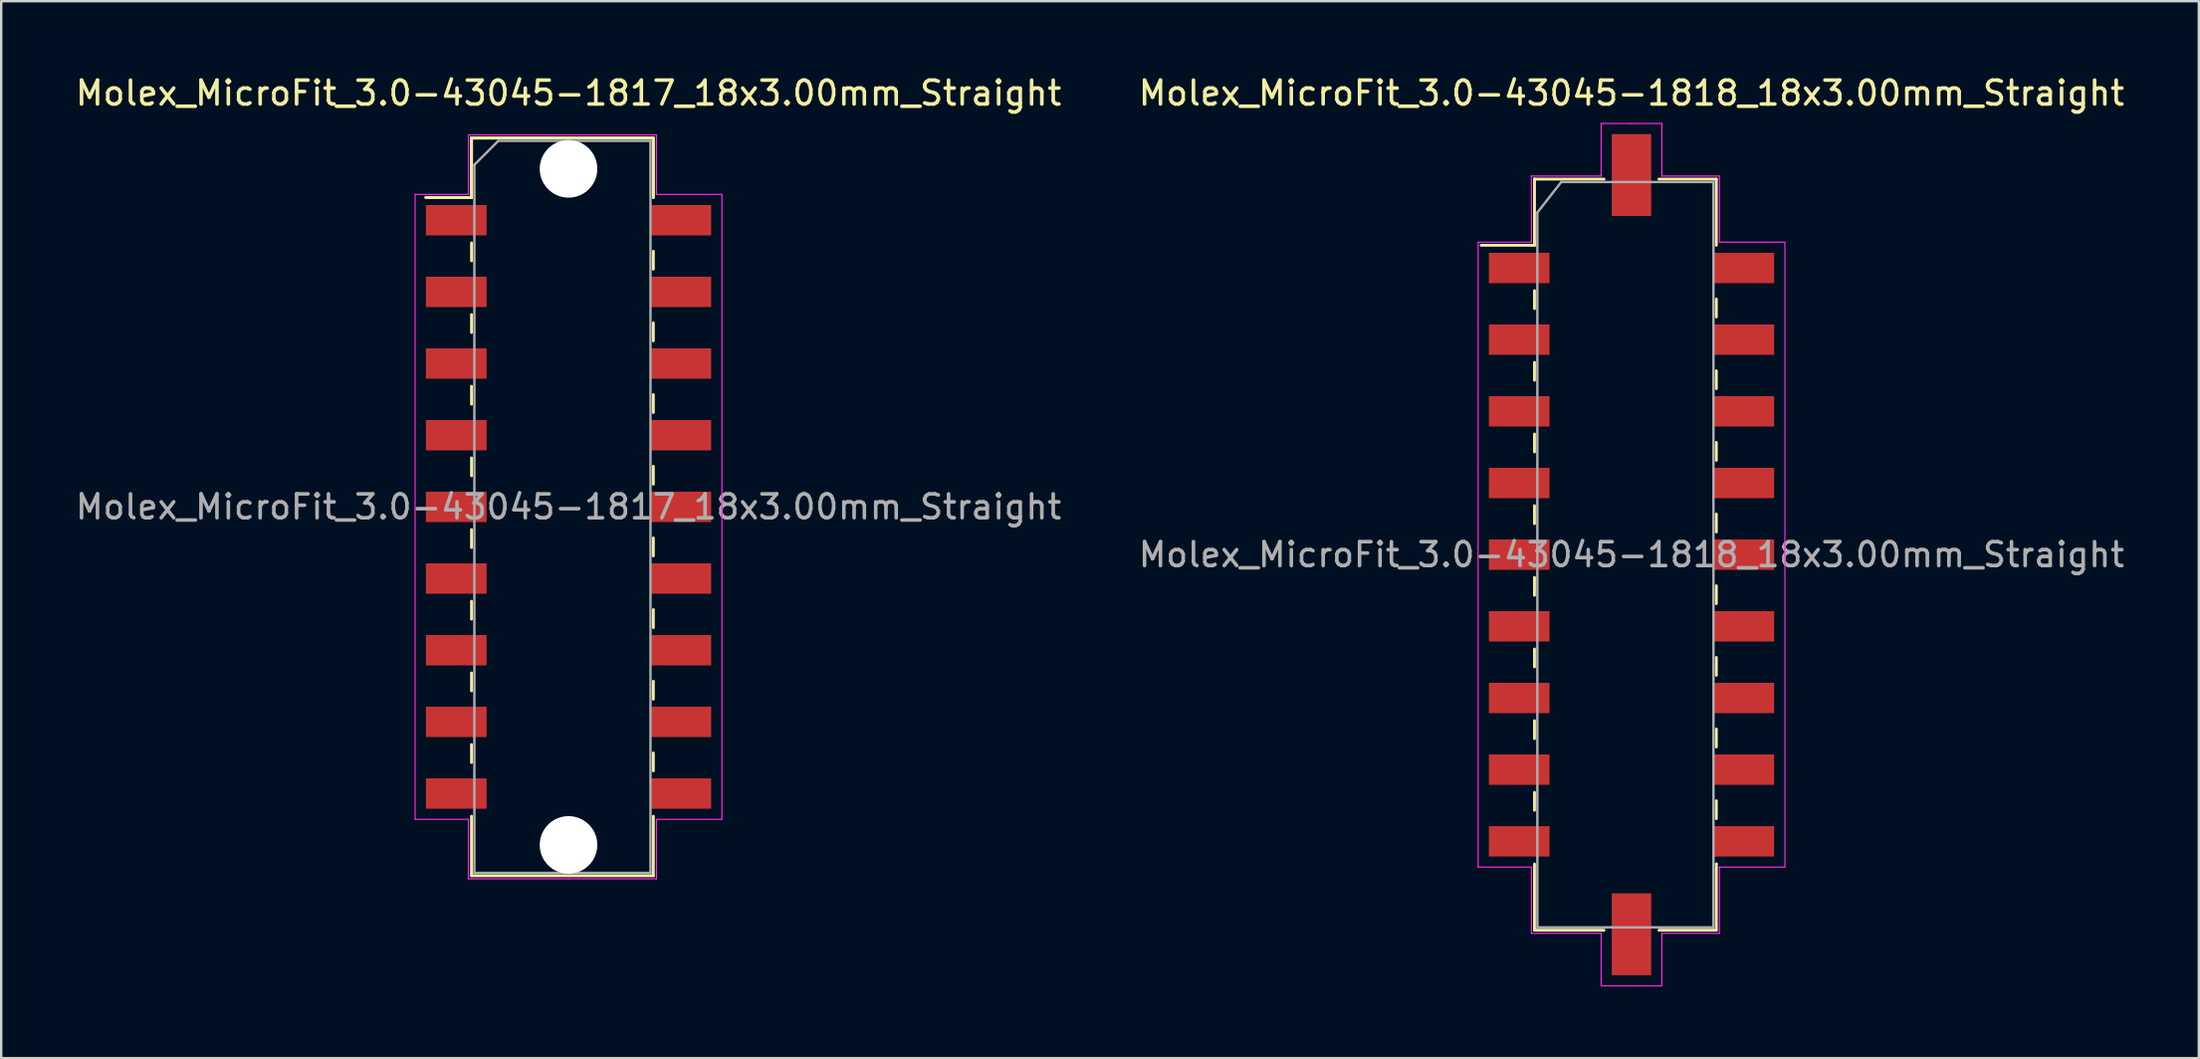
<source format=kicad_pcb>
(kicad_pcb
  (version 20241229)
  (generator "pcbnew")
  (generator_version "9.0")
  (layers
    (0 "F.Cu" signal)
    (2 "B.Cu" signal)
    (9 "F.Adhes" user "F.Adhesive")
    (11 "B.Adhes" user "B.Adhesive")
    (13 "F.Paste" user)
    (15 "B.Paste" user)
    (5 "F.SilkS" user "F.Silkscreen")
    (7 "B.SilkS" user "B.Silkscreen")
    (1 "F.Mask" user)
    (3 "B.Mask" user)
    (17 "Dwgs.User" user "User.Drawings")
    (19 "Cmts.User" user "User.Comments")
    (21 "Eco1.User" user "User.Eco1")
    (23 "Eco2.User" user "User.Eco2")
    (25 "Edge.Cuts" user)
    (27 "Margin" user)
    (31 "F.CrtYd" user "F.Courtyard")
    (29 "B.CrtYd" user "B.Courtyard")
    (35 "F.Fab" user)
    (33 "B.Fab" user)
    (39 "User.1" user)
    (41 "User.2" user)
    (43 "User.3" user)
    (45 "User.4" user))
  (footprint "Molex_MicroFit_3.0-43045-1818_18x3.00mm_Straight"
    (layer "F.Cu")
    (at 65.232 20.168)
    (property "Reference" "Molex_MicroFit_3.0-43045-1818_18x3.00mm_Straight" (at 0 -19.32 0) (layer "F.SilkS") (effects (font (size 1 1) (thickness 0.15))))
    (attr smd)
    (fp_line (start -6.29 -12.95) (end -4.06 -12.95) (stroke (width 0.12) (type solid)) (layer "F.SilkS"))
    (fp_line (start -4.06 -15.72) (end -4.06 -15.72) (stroke (width 0.12) (type solid)) (layer "F.SilkS"))
    (fp_line (start -4.06 -15.72) (end -1.15 -15.72) (stroke (width 0.12) (type solid)) (layer "F.SilkS"))
    (fp_line (start -4.06 -12.95) (end -4.06 -15.72) (stroke (width 0.12) (type solid)) (layer "F.SilkS"))
    (fp_line (start -4.06 -11.05) (end -4.06 -10.3) (stroke (width 0.12) (type solid)) (layer "F.SilkS"))
    (fp_line (start -4.06 -8.05) (end -4.06 -7.3) (stroke (width 0.12) (type solid)) (layer "F.SilkS"))
    (fp_line (start -4.06 -5.05) (end -4.06 -4.3) (stroke (width 0.12) (type solid)) (layer "F.SilkS"))
    (fp_line (start -4.06 -2.05) (end -4.06 -1.3) (stroke (width 0.12) (type solid)) (layer "F.SilkS"))
    (fp_line (start -4.06 0.95) (end -4.06 1.7) (stroke (width 0.12) (type solid)) (layer "F.SilkS"))
    (fp_line (start -4.06 3.95) (end -4.06 4.7) (stroke (width 0.12) (type solid)) (layer "F.SilkS"))
    (fp_line (start -4.06 6.95) (end -4.06 7.7) (stroke (width 0.12) (type solid)) (layer "F.SilkS"))
    (fp_line (start -4.06 9.95) (end -4.06 10.7) (stroke (width 0.12) (type solid)) (layer "F.SilkS"))
    (fp_line (start -4.06 15.72) (end -4.06 12.95) (stroke (width 0.12) (type solid)) (layer "F.SilkS"))
    (fp_line (start -1.15 15.72) (end -4.06 15.72) (stroke (width 0.12) (type solid)) (layer "F.SilkS"))
    (fp_line (start 1.15 -15.72) (end 3.55 -15.72) (stroke (width 0.12) (type solid)) (layer "F.SilkS"))
    (fp_line (start 3.55 -15.72) (end 3.55 -12.95) (stroke (width 0.12) (type solid)) (layer "F.SilkS"))
    (fp_line (start 3.55 -9.95) (end 3.55 -10.7) (stroke (width 0.12) (type solid)) (layer "F.SilkS"))
    (fp_line (start 3.55 -6.95) (end 3.55 -7.7) (stroke (width 0.12) (type solid)) (layer "F.SilkS"))
    (fp_line (start 3.55 -3.95) (end 3.55 -4.7) (stroke (width 0.12) (type solid)) (layer "F.SilkS"))
    (fp_line (start 3.55 -0.95) (end 3.55 -1.7) (stroke (width 0.12) (type solid)) (layer "F.SilkS"))
    (fp_line (start 3.55 2.05) (end 3.55 1.3) (stroke (width 0.12) (type solid)) (layer "F.SilkS"))
    (fp_line (start 3.55 5.05) (end 3.55 4.3) (stroke (width 0.12) (type solid)) (layer "F.SilkS"))
    (fp_line (start 3.55 8.05) (end 3.55 7.3) (stroke (width 0.12) (type solid)) (layer "F.SilkS"))
    (fp_line (start 3.55 11.05) (end 3.55 10.3) (stroke (width 0.12) (type solid)) (layer "F.SilkS"))
    (fp_line (start 3.55 12.95) (end 3.55 12.95) (stroke (width 0.12) (type solid)) (layer "F.SilkS"))
    (fp_line (start 3.55 12.95) (end 3.55 15.72) (stroke (width 0.12) (type solid)) (layer "F.SilkS"))
    (fp_line (start 3.55 15.72) (end 1.15 15.72) (stroke (width 0.12) (type solid)) (layer "F.SilkS"))
    (fp_line (start -6.42 -13.08) (end -4.19 -13.08) (stroke (width 0.05) (type solid)) (layer "F.CrtYd"))
    (fp_line (start -6.42 13.08) (end -6.42 -13.08) (stroke (width 0.05) (type solid)) (layer "F.CrtYd"))
    (fp_line (start -4.19 -15.85) (end -4.19 -15.85) (stroke (width 0.05) (type solid)) (layer "F.CrtYd"))
    (fp_line (start -4.19 -15.85) (end -1.27 -15.85) (stroke (width 0.05) (type solid)) (layer "F.CrtYd"))
    (fp_line (start -4.19 -13.08) (end -4.19 -15.85) (stroke (width 0.05) (type solid)) (layer "F.CrtYd"))
    (fp_line (start -4.19 13.08) (end -6.42 13.08) (stroke (width 0.05) (type solid)) (layer "F.CrtYd"))
    (fp_line (start -4.19 15.85) (end -4.19 13.08) (stroke (width 0.05) (type solid)) (layer "F.CrtYd"))
    (fp_line (start -1.27 -18.05) (end 0 -18.05) (stroke (width 0.05) (type solid)) (layer "F.CrtYd"))
    (fp_line (start -1.27 -15.85) (end -1.27 -18.05) (stroke (width 0.05) (type solid)) (layer "F.CrtYd"))
    (fp_line (start -1.27 15.85) (end -4.19 15.85) (stroke (width 0.05) (type solid)) (layer "F.CrtYd"))
    (fp_line (start -1.27 18.05) (end -1.27 15.85) (stroke (width 0.05) (type solid)) (layer "F.CrtYd"))
    (fp_line (start 0 -18.05) (end 1.27 -18.05) (stroke (width 0.05) (type solid)) (layer "F.CrtYd"))
    (fp_line (start 0 18.05) (end -1.27 18.05) (stroke (width 0.05) (type solid)) (layer "F.CrtYd"))
    (fp_line (start 1.27 -18.05) (end 1.27 -15.85) (stroke (width 0.05) (type solid)) (layer "F.CrtYd"))
    (fp_line (start 1.27 -15.85) (end 3.68 -15.85) (stroke (width 0.05) (type solid)) (layer "F.CrtYd"))
    (fp_line (start 1.27 15.85) (end 1.27 18.05) (stroke (width 0.05) (type solid)) (layer "F.CrtYd"))
    (fp_line (start 1.27 18.05) (end 0 18.05) (stroke (width 0.05) (type solid)) (layer "F.CrtYd"))
    (fp_line (start 3.68 -15.85) (end 3.68 -13.08) (stroke (width 0.05) (type solid)) (layer "F.CrtYd"))
    (fp_line (start 3.68 -13.08) (end 6.42 -13.08) (stroke (width 0.05) (type solid)) (layer "F.CrtYd"))
    (fp_line (start 3.68 13.08) (end 3.68 13.08) (stroke (width 0.05) (type solid)) (layer "F.CrtYd"))
    (fp_line (start 3.68 13.08) (end 3.68 15.85) (stroke (width 0.05) (type solid)) (layer "F.CrtYd"))
    (fp_line (start 3.68 15.85) (end 1.27 15.85) (stroke (width 0.05) (type solid)) (layer "F.CrtYd"))
    (fp_line (start 6.42 -13.08) (end 6.42 13.08) (stroke (width 0.05) (type solid)) (layer "F.CrtYd"))
    (fp_line (start 6.42 13.08) (end 3.68 13.08) (stroke (width 0.05) (type solid)) (layer "F.CrtYd"))
    (fp_line (start -3.94 -14.32) (end -2.94 -15.6) (stroke (width 0.1) (type solid)) (layer "F.Fab"))
    (fp_line (start -3.94 12.63) (end -3.94 -14.32) (stroke (width 0.1) (type solid)) (layer "F.Fab"))
    (fp_line (start -3.94 15.6) (end -3.94 12.63) (stroke (width 0.1) (type solid)) (layer "F.Fab"))
    (fp_line (start -2.94 -15.6) (end 0 -15.6) (stroke (width 0.1) (type solid)) (layer "F.Fab"))
    (fp_line (start -0.82 15.6) (end -3.94 15.6) (stroke (width 0.1) (type solid)) (layer "F.Fab"))
    (fp_line (start 0 -15.6) (end 3.43 -15.6) (stroke (width 0.1) (type solid)) (layer "F.Fab"))
    (fp_line (start 3.43 -15.6) (end 3.43 -12.63) (stroke (width 0.1) (type solid)) (layer "F.Fab"))
    (fp_line (start 3.43 -12.63) (end 3.43 12.63) (stroke (width 0.1) (type solid)) (layer "F.Fab"))
    (fp_line (start 3.43 12.63) (end 3.43 15.6) (stroke (width 0.1) (type solid)) (layer "F.Fab"))
    (fp_line (start 3.43 15.6) (end -0.82 15.6) (stroke (width 0.1) (type solid)) (layer "F.Fab"))
    (fp_text user "${REFERENCE}" (at 0 0 0) (layer "F.Fab") (effects (font (size 1 1) (thickness 0.15))))
    (pad "" smd rect (at 0 -15.89) (size 1.65 3.43) (layers "F.Cu" "F.Mask" "F.Paste"))
    (pad "" smd rect (at 0 15.89) (size 1.65 3.43) (layers "F.Cu" "F.Mask" "F.Paste"))
    (pad "1" smd rect (at -4.7 -12) (size 2.54 1.27) (layers "F.Cu" "F.Mask" "F.Paste"))
    (pad "2" smd rect (at -4.7 -9) (size 2.54 1.27) (layers "F.Cu" "F.Mask" "F.Paste"))
    (pad "3" smd rect (at -4.7 -6) (size 2.54 1.27) (layers "F.Cu" "F.Mask" "F.Paste"))
    (pad "4" smd rect (at -4.7 -3) (size 2.54 1.27) (layers "F.Cu" "F.Mask" "F.Paste"))
    (pad "5" smd rect (at -4.7 0) (size 2.54 1.27) (layers "F.Cu" "F.Mask" "F.Paste"))
    (pad "6" smd rect (at -4.7 3) (size 2.54 1.27) (layers "F.Cu" "F.Mask" "F.Paste"))
    (pad "7" smd rect (at -4.7 6) (size 2.54 1.27) (layers "F.Cu" "F.Mask" "F.Paste"))
    (pad "8" smd rect (at -4.7 9) (size 2.54 1.27) (layers "F.Cu" "F.Mask" "F.Paste"))
    (pad "9" smd rect (at -4.7 12) (size 2.54 1.27) (layers "F.Cu" "F.Mask" "F.Paste"))
    (pad "10" smd rect (at 4.7 12) (size 2.54 1.27) (layers "F.Cu" "F.Mask" "F.Paste"))
    (pad "11" smd rect (at 4.7 9) (size 2.54 1.27) (layers "F.Cu" "F.Mask" "F.Paste"))
    (pad "12" smd rect (at 4.7 6) (size 2.54 1.27) (layers "F.Cu" "F.Mask" "F.Paste"))
    (pad "13" smd rect (at 4.7 3) (size 2.54 1.27) (layers "F.Cu" "F.Mask" "F.Paste"))
    (pad "14" smd rect (at 4.7 0) (size 2.54 1.27) (layers "F.Cu" "F.Mask" "F.Paste"))
    (pad "15" smd rect (at 4.7 -3) (size 2.54 1.27) (layers "F.Cu" "F.Mask" "F.Paste"))
    (pad "16" smd rect (at 4.7 -6) (size 2.54 1.27) (layers "F.Cu" "F.Mask" "F.Paste"))
    (pad "17" smd rect (at 4.7 -9) (size 2.54 1.27) (layers "F.Cu" "F.Mask" "F.Paste"))
    (pad "18" smd rect (at 4.7 -12) (size 2.54 1.27) (layers "F.Cu" "F.Mask" "F.Paste")))
  (footprint "Molex_MicroFit_3.0-43045-1817_18x3.00mm_Straight"
    (layer "F.Cu")
    (at 20.744 18.168)
    (property "Reference" "Molex_MicroFit_3.0-43045-1817_18x3.00mm_Straight" (at 0 -17.32 0) (layer "F.SilkS") (effects (font (size 1 1) (thickness 0.15))))
    (attr smd)
    (fp_line (start -5.97 -12.95) (end -4.06 -12.95) (stroke (width 0.12) (type solid)) (layer "F.SilkS"))
    (fp_line (start -5.97 -12.95) (end -4.06 -12.95) (stroke (width 0.12) (type solid)) (layer "F.SilkS"))
    (fp_line (start -4.06 -15.44) (end 3.55 -15.44) (stroke (width 0.12) (type solid)) (layer "F.SilkS"))
    (fp_line (start -4.06 -15.44) (end 3.55 -15.44) (stroke (width 0.12) (type solid)) (layer "F.SilkS"))
    (fp_line (start -4.06 -12.95) (end -4.06 -15.44) (stroke (width 0.12) (type solid)) (layer "F.SilkS"))
    (fp_line (start -4.06 -12.95) (end -4.06 -15.44) (stroke (width 0.12) (type solid)) (layer "F.SilkS"))
    (fp_line (start -4.06 -11.05) (end -4.06 -10.3) (stroke (width 0.12) (type solid)) (layer "F.SilkS"))
    (fp_line (start -4.06 -8.05) (end -4.06 -7.3) (stroke (width 0.12) (type solid)) (layer "F.SilkS"))
    (fp_line (start -4.06 -5.05) (end -4.06 -4.3) (stroke (width 0.12) (type solid)) (layer "F.SilkS"))
    (fp_line (start -4.06 -2.05) (end -4.06 -1.3) (stroke (width 0.12) (type solid)) (layer "F.SilkS"))
    (fp_line (start -4.06 0.95) (end -4.06 1.7) (stroke (width 0.12) (type solid)) (layer "F.SilkS"))
    (fp_line (start -4.06 3.95) (end -4.06 4.7) (stroke (width 0.12) (type solid)) (layer "F.SilkS"))
    (fp_line (start -4.06 6.95) (end -4.06 7.7) (stroke (width 0.12) (type solid)) (layer "F.SilkS"))
    (fp_line (start -4.06 9.95) (end -4.06 10.7) (stroke (width 0.12) (type solid)) (layer "F.SilkS"))
    (fp_line (start -4.06 15.44) (end -4.06 12.95) (stroke (width 0.12) (type solid)) (layer "F.SilkS"))
    (fp_line (start 3.55 -15.44) (end 3.55 -12.95) (stroke (width 0.12) (type solid)) (layer "F.SilkS"))
    (fp_line (start 3.55 -15.44) (end 3.55 -12.95) (stroke (width 0.12) (type solid)) (layer "F.SilkS"))
    (fp_line (start 3.55 -9.95) (end 3.55 -10.7) (stroke (width 0.12) (type solid)) (layer "F.SilkS"))
    (fp_line (start 3.55 -6.95) (end 3.55 -7.7) (stroke (width 0.12) (type solid)) (layer "F.SilkS"))
    (fp_line (start 3.55 -3.95) (end 3.55 -4.7) (stroke (width 0.12) (type solid)) (layer "F.SilkS"))
    (fp_line (start 3.55 -0.95) (end 3.55 -1.7) (stroke (width 0.12) (type solid)) (layer "F.SilkS"))
    (fp_line (start 3.55 2.05) (end 3.55 1.3) (stroke (width 0.12) (type solid)) (layer "F.SilkS"))
    (fp_line (start 3.55 5.05) (end 3.55 4.3) (stroke (width 0.12) (type solid)) (layer "F.SilkS"))
    (fp_line (start 3.55 8.05) (end 3.55 7.3) (stroke (width 0.12) (type solid)) (layer "F.SilkS"))
    (fp_line (start 3.55 11.05) (end 3.55 10.3) (stroke (width 0.12) (type solid)) (layer "F.SilkS"))
    (fp_line (start 3.55 12.95) (end 3.55 15.44) (stroke (width 0.12) (type solid)) (layer "F.SilkS"))
    (fp_line (start 3.55 15.44) (end -4.06 15.44) (stroke (width 0.12) (type solid)) (layer "F.SilkS"))
    (fp_line (start -6.42 -13.08) (end -4.19 -13.08) (stroke (width 0.05) (type solid)) (layer "F.CrtYd"))
    (fp_line (start -6.42 13.08) (end -6.42 -13.08) (stroke (width 0.05) (type solid)) (layer "F.CrtYd"))
    (fp_line (start -4.19 -15.57) (end 0 -15.57) (stroke (width 0.05) (type solid)) (layer "F.CrtYd"))
    (fp_line (start -4.19 -13.08) (end -4.19 -15.57) (stroke (width 0.05) (type solid)) (layer "F.CrtYd"))
    (fp_line (start -4.19 13.08) (end -6.42 13.08) (stroke (width 0.05) (type solid)) (layer "F.CrtYd"))
    (fp_line (start -4.19 15.57) (end -4.19 13.08) (stroke (width 0.05) (type solid)) (layer "F.CrtYd"))
    (fp_line (start 0 -15.57) (end 3.68 -15.57) (stroke (width 0.05) (type solid)) (layer "F.CrtYd"))
    (fp_line (start 0 15.57) (end -4.19 15.57) (stroke (width 0.05) (type solid)) (layer "F.CrtYd"))
    (fp_line (start 3.68 -15.57) (end 3.68 -13.08) (stroke (width 0.05) (type solid)) (layer "F.CrtYd"))
    (fp_line (start 3.68 -13.08) (end 6.42 -13.08) (stroke (width 0.05) (type solid)) (layer "F.CrtYd"))
    (fp_line (start 3.68 13.08) (end 3.68 15.57) (stroke (width 0.05) (type solid)) (layer "F.CrtYd"))
    (fp_line (start 3.68 15.57) (end 0 15.57) (stroke (width 0.05) (type solid)) (layer "F.CrtYd"))
    (fp_line (start 6.42 -13.08) (end 6.42 13.08) (stroke (width 0.05) (type solid)) (layer "F.CrtYd"))
    (fp_line (start 6.42 13.08) (end 3.68 13.08) (stroke (width 0.05) (type solid)) (layer "F.CrtYd"))
    (fp_line (start -3.94 -14.32) (end -2.94 -15.32) (stroke (width 0.1) (type solid)) (layer "F.Fab"))
    (fp_line (start -3.94 15.32) (end -3.94 -14.32) (stroke (width 0.1) (type solid)) (layer "F.Fab"))
    (fp_line (start -2.94 -15.32) (end 0 -15.32) (stroke (width 0.1) (type solid)) (layer "F.Fab"))
    (fp_line (start 0 -15.32) (end 3.43 -15.32) (stroke (width 0.1) (type solid)) (layer "F.Fab"))
    (fp_line (start 0 15.32) (end -3.94 15.32) (stroke (width 0.1) (type solid)) (layer "F.Fab"))
    (fp_line (start 3.43 -15.32) (end 3.43 15.32) (stroke (width 0.1) (type solid)) (layer "F.Fab"))
    (fp_line (start 3.43 15.32) (end 0 15.32) (stroke (width 0.1) (type solid)) (layer "F.Fab"))
    (fp_text user "${REFERENCE}" (at 0 0 0) (layer "F.Fab") (effects (font (size 1 1) (thickness 0.15))))
    (pad "" np_thru_hole circle (at 0 -14.15) (size 2.41 2.41) (drill 2.41) (layers "*.Cu"))
    (pad "" np_thru_hole circle (at 0 14.15) (size 2.41 2.41) (drill 2.41) (layers "*.Cu"))
    (pad "1" smd rect (at -4.7 -12) (size 2.54 1.27) (layers "F.Cu" "F.Mask" "F.Paste"))
    (pad "2" smd rect (at -4.7 -9) (size 2.54 1.27) (layers "F.Cu" "F.Mask" "F.Paste"))
    (pad "3" smd rect (at -4.7 -6) (size 2.54 1.27) (layers "F.Cu" "F.Mask" "F.Paste"))
    (pad "4" smd rect (at -4.7 -3) (size 2.54 1.27) (layers "F.Cu" "F.Mask" "F.Paste"))
    (pad "5" smd rect (at -4.7 0) (size 2.54 1.27) (layers "F.Cu" "F.Mask" "F.Paste"))
    (pad "6" smd rect (at -4.7 3) (size 2.54 1.27) (layers "F.Cu" "F.Mask" "F.Paste"))
    (pad "7" smd rect (at -4.7 6) (size 2.54 1.27) (layers "F.Cu" "F.Mask" "F.Paste"))
    (pad "8" smd rect (at -4.7 9) (size 2.54 1.27) (layers "F.Cu" "F.Mask" "F.Paste"))
    (pad "9" smd rect (at -4.7 12) (size 2.54 1.27) (layers "F.Cu" "F.Mask" "F.Paste"))
    (pad "10" smd rect (at 4.7 12) (size 2.54 1.27) (layers "F.Cu" "F.Mask" "F.Paste"))
    (pad "11" smd rect (at 4.7 9) (size 2.54 1.27) (layers "F.Cu" "F.Mask" "F.Paste"))
    (pad "12" smd rect (at 4.7 6) (size 2.54 1.27) (layers "F.Cu" "F.Mask" "F.Paste"))
    (pad "13" smd rect (at 4.7 3) (size 2.54 1.27) (layers "F.Cu" "F.Mask" "F.Paste"))
    (pad "14" smd rect (at 4.7 0) (size 2.54 1.27) (layers "F.Cu" "F.Mask" "F.Paste"))
    (pad "15" smd rect (at 4.7 -3) (size 2.54 1.27) (layers "F.Cu" "F.Mask" "F.Paste"))
    (pad "16" smd rect (at 4.7 -6) (size 2.54 1.27) (layers "F.Cu" "F.Mask" "F.Paste"))
    (pad "17" smd rect (at 4.7 -9) (size 2.54 1.27) (layers "F.Cu" "F.Mask" "F.Paste"))
    (pad "18" smd rect (at 4.7 -12) (size 2.54 1.27) (layers "F.Cu" "F.Mask" "F.Paste")))
  (gr_rect
    (start -3 -3)
    (end 88.976 41.243)
    (stroke (width 0.1) (type default))
    (fill no)
    (layer "Edge.Cuts")))
</source>
